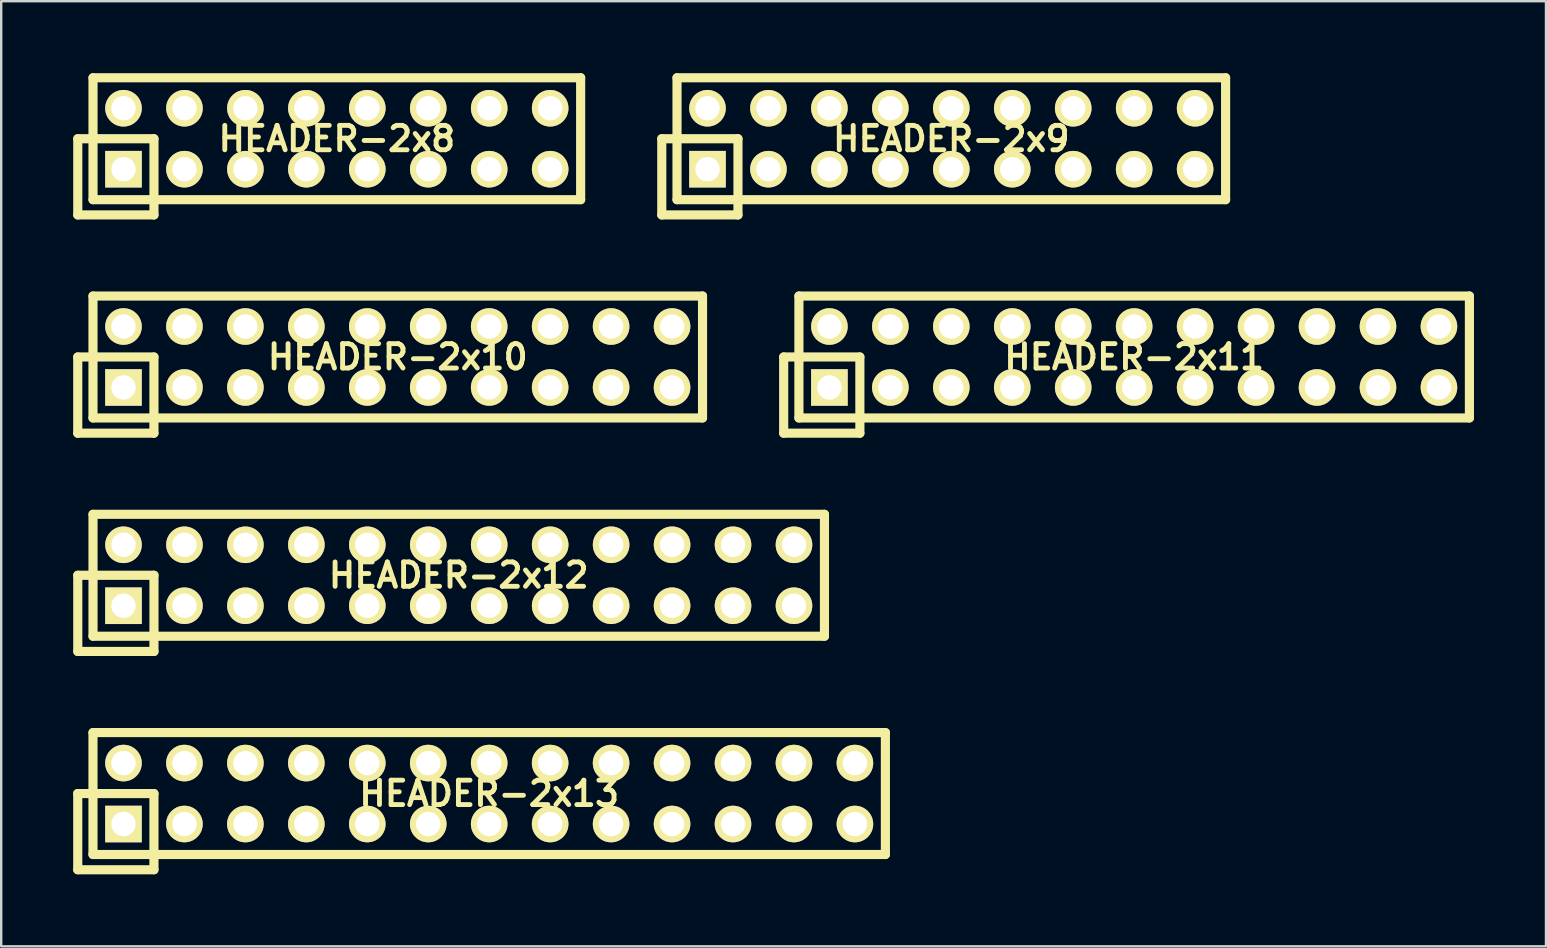
<source format=kicad_pcb>
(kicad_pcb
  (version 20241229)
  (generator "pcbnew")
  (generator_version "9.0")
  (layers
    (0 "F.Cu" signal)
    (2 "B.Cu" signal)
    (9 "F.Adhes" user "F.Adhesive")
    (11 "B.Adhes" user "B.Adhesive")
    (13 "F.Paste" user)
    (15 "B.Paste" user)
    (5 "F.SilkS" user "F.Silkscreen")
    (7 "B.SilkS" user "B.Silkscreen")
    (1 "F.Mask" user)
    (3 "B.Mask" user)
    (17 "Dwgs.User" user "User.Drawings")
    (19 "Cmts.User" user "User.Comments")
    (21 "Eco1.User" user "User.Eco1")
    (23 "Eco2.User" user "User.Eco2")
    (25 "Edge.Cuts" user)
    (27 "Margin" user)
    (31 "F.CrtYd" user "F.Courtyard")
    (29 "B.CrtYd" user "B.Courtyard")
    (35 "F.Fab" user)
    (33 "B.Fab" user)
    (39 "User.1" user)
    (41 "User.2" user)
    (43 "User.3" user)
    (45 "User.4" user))
  (footprint "HEADER-2x8"
    (layer "F.Cu")
    (at 10.986 2.731)
    (property "Reference" "HEADER-2x8" (at 0 0 0) (layer "F.SilkS") (effects (font (size 1.016 1.016) (thickness 0.203))))
    (attr through_hole)
    (fp_line (start -10.795 0) (end -10.795 3.175) (stroke (width 0.381) (type solid)) (layer "F.SilkS"))
    (fp_line (start -10.795 3.175) (end -7.62 3.175) (stroke (width 0.381) (type solid)) (layer "F.SilkS"))
    (fp_line (start -10.16 -2.54) (end 10.16 -2.54) (stroke (width 0.381) (type solid)) (layer "F.SilkS"))
    (fp_line (start -10.16 2.54) (end -10.16 -2.54) (stroke (width 0.381) (type solid)) (layer "F.SilkS"))
    (fp_line (start -7.62 0) (end -10.795 0) (stroke (width 0.381) (type solid)) (layer "F.SilkS"))
    (fp_line (start -7.62 3.175) (end -7.62 0) (stroke (width 0.381) (type solid)) (layer "F.SilkS"))
    (fp_line (start 10.16 -2.54) (end 10.16 2.54) (stroke (width 0.381) (type solid)) (layer "F.SilkS"))
    (fp_line (start 10.16 2.54) (end -10.16 2.54) (stroke (width 0.381) (type solid)) (layer "F.SilkS"))
    (pad "1" thru_hole rect (at -8.89 1.27) (size 1.524 1.524) (drill 1.016) (layers "*.Cu" "*.Mask" "F.SilkS"))
    (pad "2" thru_hole circle (at -8.89 -1.27) (size 1.524 1.524) (drill 1.016) (layers "*.Cu" "*.Mask" "F.SilkS"))
    (pad "3" thru_hole circle (at -6.35 1.27) (size 1.524 1.524) (drill 1.016) (layers "*.Cu" "*.Mask" "F.SilkS"))
    (pad "4" thru_hole circle (at -6.35 -1.27) (size 1.524 1.524) (drill 1.016) (layers "*.Cu" "*.Mask" "F.SilkS"))
    (pad "5" thru_hole circle (at -3.81 1.27) (size 1.524 1.524) (drill 1.016) (layers "*.Cu" "*.Mask" "F.SilkS"))
    (pad "6" thru_hole circle (at -3.81 -1.27) (size 1.524 1.524) (drill 1.016) (layers "*.Cu" "*.Mask" "F.SilkS"))
    (pad "7" thru_hole circle (at -1.27 1.27) (size 1.524 1.524) (drill 1.016) (layers "*.Cu" "*.Mask" "F.SilkS"))
    (pad "8" thru_hole circle (at -1.27 -1.27) (size 1.524 1.524) (drill 1.016) (layers "*.Cu" "*.Mask" "F.SilkS"))
    (pad "9" thru_hole circle (at 1.27 1.27) (size 1.524 1.524) (drill 1.016) (layers "*.Cu" "*.Mask" "F.SilkS"))
    (pad "10" thru_hole circle (at 1.27 -1.27) (size 1.524 1.524) (drill 1.016) (layers "*.Cu" "*.Mask" "F.SilkS"))
    (pad "11" thru_hole circle (at 3.81 1.27) (size 1.524 1.524) (drill 1.016) (layers "*.Cu" "*.Mask" "F.SilkS"))
    (pad "12" thru_hole circle (at 3.81 -1.27) (size 1.524 1.524) (drill 1.016) (layers "*.Cu" "*.Mask" "F.SilkS"))
    (pad "13" thru_hole circle (at 6.35 1.27) (size 1.524 1.524) (drill 1.016) (layers "*.Cu" "*.Mask" "F.SilkS"))
    (pad "14" thru_hole circle (at 6.35 -1.27) (size 1.524 1.524) (drill 1.016) (layers "*.Cu" "*.Mask" "F.SilkS"))
    (pad "15" thru_hole circle (at 8.89 1.27) (size 1.524 1.524) (drill 1.016) (layers "*.Cu" "*.Mask" "F.SilkS"))
    (pad "16" thru_hole circle (at 8.89 -1.27) (size 1.524 1.524) (drill 1.016) (layers "*.Cu" "*.Mask" "F.SilkS")))
  (footprint "HEADER-2x9"
    (layer "F.Cu")
    (at 36.592 2.731)
    (property "Reference" "HEADER-2x9" (at 0 0 0) (layer "F.SilkS") (effects (font (size 1.016 1.016) (thickness 0.203))))
    (attr through_hole)
    (fp_line (start -12.065 0) (end -12.065 3.175) (stroke (width 0.381) (type solid)) (layer "F.SilkS"))
    (fp_line (start -12.065 3.175) (end -8.89 3.175) (stroke (width 0.381) (type solid)) (layer "F.SilkS"))
    (fp_line (start -11.43 -2.54) (end 11.43 -2.54) (stroke (width 0.381) (type solid)) (layer "F.SilkS"))
    (fp_line (start -11.43 2.54) (end -11.43 -2.54) (stroke (width 0.381) (type solid)) (layer "F.SilkS"))
    (fp_line (start -8.89 0) (end -12.065 0) (stroke (width 0.381) (type solid)) (layer "F.SilkS"))
    (fp_line (start -8.89 3.175) (end -8.89 0) (stroke (width 0.381) (type solid)) (layer "F.SilkS"))
    (fp_line (start 11.43 -2.54) (end 11.43 2.54) (stroke (width 0.381) (type solid)) (layer "F.SilkS"))
    (fp_line (start 11.43 2.54) (end -11.43 2.54) (stroke (width 0.381) (type solid)) (layer "F.SilkS"))
    (pad "1" thru_hole rect (at -10.16 1.27) (size 1.524 1.524) (drill 1.016) (layers "*.Cu" "*.Mask" "F.SilkS"))
    (pad "2" thru_hole circle (at -10.16 -1.27) (size 1.524 1.524) (drill 1.016) (layers "*.Cu" "*.Mask" "F.SilkS"))
    (pad "3" thru_hole circle (at -7.62 1.27) (size 1.524 1.524) (drill 1.016) (layers "*.Cu" "*.Mask" "F.SilkS"))
    (pad "4" thru_hole circle (at -7.62 -1.27) (size 1.524 1.524) (drill 1.016) (layers "*.Cu" "*.Mask" "F.SilkS"))
    (pad "5" thru_hole circle (at -5.08 1.27) (size 1.524 1.524) (drill 1.016) (layers "*.Cu" "*.Mask" "F.SilkS"))
    (pad "6" thru_hole circle (at -5.08 -1.27) (size 1.524 1.524) (drill 1.016) (layers "*.Cu" "*.Mask" "F.SilkS"))
    (pad "7" thru_hole circle (at -2.54 1.27) (size 1.524 1.524) (drill 1.016) (layers "*.Cu" "*.Mask" "F.SilkS"))
    (pad "8" thru_hole circle (at -2.54 -1.27) (size 1.524 1.524) (drill 1.016) (layers "*.Cu" "*.Mask" "F.SilkS"))
    (pad "9" thru_hole circle (at 0 1.27) (size 1.524 1.524) (drill 1.016) (layers "*.Cu" "*.Mask" "F.SilkS"))
    (pad "10" thru_hole circle (at 0 -1.27) (size 1.524 1.524) (drill 1.016) (layers "*.Cu" "*.Mask" "F.SilkS"))
    (pad "11" thru_hole circle (at 2.54 1.27) (size 1.524 1.524) (drill 1.016) (layers "*.Cu" "*.Mask" "F.SilkS"))
    (pad "12" thru_hole circle (at 2.54 -1.27) (size 1.524 1.524) (drill 1.016) (layers "*.Cu" "*.Mask" "F.SilkS"))
    (pad "13" thru_hole circle (at 5.08 1.27) (size 1.524 1.524) (drill 1.016) (layers "*.Cu" "*.Mask" "F.SilkS"))
    (pad "14" thru_hole circle (at 5.08 -1.27) (size 1.524 1.524) (drill 1.016) (layers "*.Cu" "*.Mask" "F.SilkS"))
    (pad "15" thru_hole circle (at 7.62 1.27) (size 1.524 1.524) (drill 1.016) (layers "*.Cu" "*.Mask" "F.SilkS"))
    (pad "16" thru_hole circle (at 7.62 -1.27) (size 1.524 1.524) (drill 1.016) (layers "*.Cu" "*.Mask" "F.SilkS"))
    (pad "17" thru_hole circle (at 10.16 1.27) (size 1.524 1.524) (drill 1.016) (layers "*.Cu" "*.Mask" "F.SilkS"))
    (pad "18" thru_hole circle (at 10.16 -1.27) (size 1.524 1.524) (drill 1.016) (layers "*.Cu" "*.Mask" "F.SilkS")))
  (footprint "HEADER-2x12"
    (layer "F.Cu")
    (at 16.066 20.922)
    (property "Reference" "HEADER-2x12" (at 0 0 0) (layer "F.SilkS") (effects (font (size 1.016 1.016) (thickness 0.203))))
    (attr through_hole)
    (fp_line (start -15.875 0) (end -15.875 3.175) (stroke (width 0.381) (type solid)) (layer "F.SilkS"))
    (fp_line (start -15.875 3.175) (end -12.7 3.175) (stroke (width 0.381) (type solid)) (layer "F.SilkS"))
    (fp_line (start -15.24 -2.54) (end 15.24 -2.54) (stroke (width 0.381) (type solid)) (layer "F.SilkS"))
    (fp_line (start -15.24 2.54) (end -15.24 -2.54) (stroke (width 0.381) (type solid)) (layer "F.SilkS"))
    (fp_line (start -12.7 0) (end -15.875 0) (stroke (width 0.381) (type solid)) (layer "F.SilkS"))
    (fp_line (start -12.7 3.175) (end -12.7 0) (stroke (width 0.381) (type solid)) (layer "F.SilkS"))
    (fp_line (start 15.24 -2.54) (end 15.24 2.54) (stroke (width 0.381) (type solid)) (layer "F.SilkS"))
    (fp_line (start 15.24 2.54) (end -15.24 2.54) (stroke (width 0.381) (type solid)) (layer "F.SilkS"))
    (pad "1" thru_hole rect (at -13.97 1.27) (size 1.524 1.524) (drill 1.016) (layers "*.Cu" "*.Mask" "F.SilkS"))
    (pad "2" thru_hole circle (at -13.97 -1.27) (size 1.524 1.524) (drill 1.016) (layers "*.Cu" "*.Mask" "F.SilkS"))
    (pad "3" thru_hole circle (at -11.43 1.27) (size 1.524 1.524) (drill 1.016) (layers "*.Cu" "*.Mask" "F.SilkS"))
    (pad "4" thru_hole circle (at -11.43 -1.27) (size 1.524 1.524) (drill 1.016) (layers "*.Cu" "*.Mask" "F.SilkS"))
    (pad "5" thru_hole circle (at -8.89 1.27) (size 1.524 1.524) (drill 1.016) (layers "*.Cu" "*.Mask" "F.SilkS"))
    (pad "6" thru_hole circle (at -8.89 -1.27) (size 1.524 1.524) (drill 1.016) (layers "*.Cu" "*.Mask" "F.SilkS"))
    (pad "7" thru_hole circle (at -6.35 1.27) (size 1.524 1.524) (drill 1.016) (layers "*.Cu" "*.Mask" "F.SilkS"))
    (pad "8" thru_hole circle (at -6.35 -1.27) (size 1.524 1.524) (drill 1.016) (layers "*.Cu" "*.Mask" "F.SilkS"))
    (pad "9" thru_hole circle (at -3.81 1.27) (size 1.524 1.524) (drill 1.016) (layers "*.Cu" "*.Mask" "F.SilkS"))
    (pad "10" thru_hole circle (at -3.81 -1.27) (size 1.524 1.524) (drill 1.016) (layers "*.Cu" "*.Mask" "F.SilkS"))
    (pad "11" thru_hole circle (at -1.27 1.27) (size 1.524 1.524) (drill 1.016) (layers "*.Cu" "*.Mask" "F.SilkS"))
    (pad "12" thru_hole circle (at -1.27 -1.27) (size 1.524 1.524) (drill 1.016) (layers "*.Cu" "*.Mask" "F.SilkS"))
    (pad "13" thru_hole circle (at 1.27 1.27) (size 1.524 1.524) (drill 1.016) (layers "*.Cu" "*.Mask" "F.SilkS"))
    (pad "14" thru_hole circle (at 1.27 -1.27) (size 1.524 1.524) (drill 1.016) (layers "*.Cu" "*.Mask" "F.SilkS"))
    (pad "15" thru_hole circle (at 3.81 1.27) (size 1.524 1.524) (drill 1.016) (layers "*.Cu" "*.Mask" "F.SilkS"))
    (pad "16" thru_hole circle (at 3.81 -1.27) (size 1.524 1.524) (drill 1.016) (layers "*.Cu" "*.Mask" "F.SilkS"))
    (pad "17" thru_hole circle (at 6.35 1.27) (size 1.524 1.524) (drill 1.016) (layers "*.Cu" "*.Mask" "F.SilkS"))
    (pad "18" thru_hole circle (at 6.35 -1.27) (size 1.524 1.524) (drill 1.016) (layers "*.Cu" "*.Mask" "F.SilkS"))
    (pad "19" thru_hole circle (at 8.89 1.27) (size 1.524 1.524) (drill 1.016) (layers "*.Cu" "*.Mask" "F.SilkS"))
    (pad "20" thru_hole circle (at 8.89 -1.27) (size 1.524 1.524) (drill 1.016) (layers "*.Cu" "*.Mask" "F.SilkS"))
    (pad "21" thru_hole circle (at 11.43 1.27) (size 1.524 1.524) (drill 1.016) (layers "*.Cu" "*.Mask" "F.SilkS"))
    (pad "22" thru_hole circle (at 11.43 -1.27) (size 1.524 1.524) (drill 1.016) (layers "*.Cu" "*.Mask" "F.SilkS"))
    (pad "23" thru_hole circle (at 13.97 1.27) (size 1.524 1.524) (drill 1.016) (layers "*.Cu" "*.Mask" "F.SilkS"))
    (pad "24" thru_hole circle (at 13.97 -1.27) (size 1.524 1.524) (drill 1.016) (layers "*.Cu" "*.Mask" "F.SilkS")))
  (footprint "HEADER-2x11"
    (layer "F.Cu")
    (at 44.212 11.826)
    (property "Reference" "HEADER-2x11" (at 0 0 0) (layer "F.SilkS") (effects (font (size 1.016 1.016) (thickness 0.203))))
    (attr through_hole)
    (fp_line (start -14.605 0) (end -14.605 3.175) (stroke (width 0.381) (type solid)) (layer "F.SilkS"))
    (fp_line (start -14.605 3.175) (end -11.43 3.175) (stroke (width 0.381) (type solid)) (layer "F.SilkS"))
    (fp_line (start -13.97 -2.54) (end 13.97 -2.54) (stroke (width 0.381) (type solid)) (layer "F.SilkS"))
    (fp_line (start -13.97 2.54) (end -13.97 -2.54) (stroke (width 0.381) (type solid)) (layer "F.SilkS"))
    (fp_line (start -11.43 0) (end -14.605 0) (stroke (width 0.381) (type solid)) (layer "F.SilkS"))
    (fp_line (start -11.43 3.175) (end -11.43 0) (stroke (width 0.381) (type solid)) (layer "F.SilkS"))
    (fp_line (start 13.97 -2.54) (end 13.97 2.54) (stroke (width 0.381) (type solid)) (layer "F.SilkS"))
    (fp_line (start 13.97 2.54) (end -13.97 2.54) (stroke (width 0.381) (type solid)) (layer "F.SilkS"))
    (pad "1" thru_hole rect (at -12.7 1.27) (size 1.524 1.524) (drill 1.016) (layers "*.Cu" "*.Mask" "F.SilkS"))
    (pad "2" thru_hole circle (at -12.7 -1.27) (size 1.524 1.524) (drill 1.016) (layers "*.Cu" "*.Mask" "F.SilkS"))
    (pad "3" thru_hole circle (at -10.16 1.27) (size 1.524 1.524) (drill 1.016) (layers "*.Cu" "*.Mask" "F.SilkS"))
    (pad "4" thru_hole circle (at -10.16 -1.27) (size 1.524 1.524) (drill 1.016) (layers "*.Cu" "*.Mask" "F.SilkS"))
    (pad "5" thru_hole circle (at -7.62 1.27) (size 1.524 1.524) (drill 1.016) (layers "*.Cu" "*.Mask" "F.SilkS"))
    (pad "6" thru_hole circle (at -7.62 -1.27) (size 1.524 1.524) (drill 1.016) (layers "*.Cu" "*.Mask" "F.SilkS"))
    (pad "7" thru_hole circle (at -5.08 1.27) (size 1.524 1.524) (drill 1.016) (layers "*.Cu" "*.Mask" "F.SilkS"))
    (pad "8" thru_hole circle (at -5.08 -1.27) (size 1.524 1.524) (drill 1.016) (layers "*.Cu" "*.Mask" "F.SilkS"))
    (pad "9" thru_hole circle (at -2.54 1.27) (size 1.524 1.524) (drill 1.016) (layers "*.Cu" "*.Mask" "F.SilkS"))
    (pad "10" thru_hole circle (at -2.54 -1.27) (size 1.524 1.524) (drill 1.016) (layers "*.Cu" "*.Mask" "F.SilkS"))
    (pad "11" thru_hole circle (at 0 1.27) (size 1.524 1.524) (drill 1.016) (layers "*.Cu" "*.Mask" "F.SilkS"))
    (pad "12" thru_hole circle (at 0 -1.27) (size 1.524 1.524) (drill 1.016) (layers "*.Cu" "*.Mask" "F.SilkS"))
    (pad "13" thru_hole circle (at 2.54 1.27) (size 1.524 1.524) (drill 1.016) (layers "*.Cu" "*.Mask" "F.SilkS"))
    (pad "14" thru_hole circle (at 2.54 -1.27) (size 1.524 1.524) (drill 1.016) (layers "*.Cu" "*.Mask" "F.SilkS"))
    (pad "15" thru_hole circle (at 5.08 1.27) (size 1.524 1.524) (drill 1.016) (layers "*.Cu" "*.Mask" "F.SilkS"))
    (pad "16" thru_hole circle (at 5.08 -1.27) (size 1.524 1.524) (drill 1.016) (layers "*.Cu" "*.Mask" "F.SilkS"))
    (pad "17" thru_hole circle (at 7.62 1.27) (size 1.524 1.524) (drill 1.016) (layers "*.Cu" "*.Mask" "F.SilkS"))
    (pad "18" thru_hole circle (at 7.62 -1.27) (size 1.524 1.524) (drill 1.016) (layers "*.Cu" "*.Mask" "F.SilkS"))
    (pad "19" thru_hole circle (at 10.16 1.27) (size 1.524 1.524) (drill 1.016) (layers "*.Cu" "*.Mask" "F.SilkS"))
    (pad "20" thru_hole circle (at 10.16 -1.27) (size 1.524 1.524) (drill 1.016) (layers "*.Cu" "*.Mask" "F.SilkS"))
    (pad "21" thru_hole circle (at 12.7 1.27) (size 1.524 1.524) (drill 1.016) (layers "*.Cu" "*.Mask" "F.SilkS"))
    (pad "22" thru_hole circle (at 12.7 -1.27) (size 1.524 1.524) (drill 1.016) (layers "*.Cu" "*.Mask" "F.SilkS")))
  (footprint "HEADER-2x13"
    (layer "F.Cu")
    (at 17.335 30.018)
    (property "Reference" "HEADER-2x13" (at 0 0 0) (layer "F.SilkS") (effects (font (size 1.016 1.016) (thickness 0.203))))
    (attr through_hole)
    (fp_line (start -17.145 0) (end -17.145 3.175) (stroke (width 0.381) (type solid)) (layer "F.SilkS"))
    (fp_line (start -17.145 3.175) (end -13.97 3.175) (stroke (width 0.381) (type solid)) (layer "F.SilkS"))
    (fp_line (start -16.51 -2.54) (end 16.51 -2.54) (stroke (width 0.381) (type solid)) (layer "F.SilkS"))
    (fp_line (start -16.51 2.54) (end -16.51 -2.54) (stroke (width 0.381) (type solid)) (layer "F.SilkS"))
    (fp_line (start -13.97 0) (end -17.145 0) (stroke (width 0.381) (type solid)) (layer "F.SilkS"))
    (fp_line (start -13.97 3.175) (end -13.97 0) (stroke (width 0.381) (type solid)) (layer "F.SilkS"))
    (fp_line (start 16.51 -2.54) (end 16.51 2.54) (stroke (width 0.381) (type solid)) (layer "F.SilkS"))
    (fp_line (start 16.51 2.54) (end -16.51 2.54) (stroke (width 0.381) (type solid)) (layer "F.SilkS"))
    (pad "1" thru_hole rect (at -15.24 1.27) (size 1.524 1.524) (drill 1.016) (layers "*.Cu" "*.Mask" "F.SilkS"))
    (pad "2" thru_hole circle (at -15.24 -1.27) (size 1.524 1.524) (drill 1.016) (layers "*.Cu" "*.Mask" "F.SilkS"))
    (pad "3" thru_hole circle (at -12.7 1.27) (size 1.524 1.524) (drill 1.016) (layers "*.Cu" "*.Mask" "F.SilkS"))
    (pad "4" thru_hole circle (at -12.7 -1.27) (size 1.524 1.524) (drill 1.016) (layers "*.Cu" "*.Mask" "F.SilkS"))
    (pad "5" thru_hole circle (at -10.16 1.27) (size 1.524 1.524) (drill 1.016) (layers "*.Cu" "*.Mask" "F.SilkS"))
    (pad "6" thru_hole circle (at -10.16 -1.27) (size 1.524 1.524) (drill 1.016) (layers "*.Cu" "*.Mask" "F.SilkS"))
    (pad "7" thru_hole circle (at -7.62 1.27) (size 1.524 1.524) (drill 1.016) (layers "*.Cu" "*.Mask" "F.SilkS"))
    (pad "8" thru_hole circle (at -7.62 -1.27) (size 1.524 1.524) (drill 1.016) (layers "*.Cu" "*.Mask" "F.SilkS"))
    (pad "9" thru_hole circle (at -5.08 1.27) (size 1.524 1.524) (drill 1.016) (layers "*.Cu" "*.Mask" "F.SilkS"))
    (pad "10" thru_hole circle (at -5.08 -1.27) (size 1.524 1.524) (drill 1.016) (layers "*.Cu" "*.Mask" "F.SilkS"))
    (pad "11" thru_hole circle (at -2.54 1.27) (size 1.524 1.524) (drill 1.016) (layers "*.Cu" "*.Mask" "F.SilkS"))
    (pad "12" thru_hole circle (at -2.54 -1.27) (size 1.524 1.524) (drill 1.016) (layers "*.Cu" "*.Mask" "F.SilkS"))
    (pad "13" thru_hole circle (at 0 1.27) (size 1.524 1.524) (drill 1.016) (layers "*.Cu" "*.Mask" "F.SilkS"))
    (pad "14" thru_hole circle (at 0 -1.27) (size 1.524 1.524) (drill 1.016) (layers "*.Cu" "*.Mask" "F.SilkS"))
    (pad "15" thru_hole circle (at 2.54 1.27) (size 1.524 1.524) (drill 1.016) (layers "*.Cu" "*.Mask" "F.SilkS"))
    (pad "16" thru_hole circle (at 2.54 -1.27) (size 1.524 1.524) (drill 1.016) (layers "*.Cu" "*.Mask" "F.SilkS"))
    (pad "17" thru_hole circle (at 5.08 1.27) (size 1.524 1.524) (drill 1.016) (layers "*.Cu" "*.Mask" "F.SilkS"))
    (pad "18" thru_hole circle (at 5.08 -1.27) (size 1.524 1.524) (drill 1.016) (layers "*.Cu" "*.Mask" "F.SilkS"))
    (pad "19" thru_hole circle (at 7.62 1.27) (size 1.524 1.524) (drill 1.016) (layers "*.Cu" "*.Mask" "F.SilkS"))
    (pad "20" thru_hole circle (at 7.62 -1.27) (size 1.524 1.524) (drill 1.016) (layers "*.Cu" "*.Mask" "F.SilkS"))
    (pad "21" thru_hole circle (at 10.16 1.27) (size 1.524 1.524) (drill 1.016) (layers "*.Cu" "*.Mask" "F.SilkS"))
    (pad "22" thru_hole circle (at 10.16 -1.27) (size 1.524 1.524) (drill 1.016) (layers "*.Cu" "*.Mask" "F.SilkS"))
    (pad "23" thru_hole circle (at 12.7 1.27) (size 1.524 1.524) (drill 1.016) (layers "*.Cu" "*.Mask" "F.SilkS"))
    (pad "24" thru_hole circle (at 12.7 -1.27) (size 1.524 1.524) (drill 1.016) (layers "*.Cu" "*.Mask" "F.SilkS"))
    (pad "25" thru_hole circle (at 15.24 1.27) (size 1.524 1.524) (drill 1.016) (layers "*.Cu" "*.Mask" "F.SilkS"))
    (pad "26" thru_hole circle (at 15.24 -1.27) (size 1.524 1.524) (drill 1.016) (layers "*.Cu" "*.Mask" "F.SilkS")))
  (footprint "HEADER-2x10"
    (layer "F.Cu")
    (at 13.525 11.826)
    (property "Reference" "HEADER-2x10" (at 0 0 0) (layer "F.SilkS") (effects (font (size 1.016 1.016) (thickness 0.203))))
    (attr through_hole)
    (fp_line (start -13.335 0) (end -13.335 3.175) (stroke (width 0.381) (type solid)) (layer "F.SilkS"))
    (fp_line (start -13.335 3.175) (end -10.16 3.175) (stroke (width 0.381) (type solid)) (layer "F.SilkS"))
    (fp_line (start -12.7 -2.54) (end 12.7 -2.54) (stroke (width 0.381) (type solid)) (layer "F.SilkS"))
    (fp_line (start -12.7 2.54) (end -12.7 -2.54) (stroke (width 0.381) (type solid)) (layer "F.SilkS"))
    (fp_line (start -10.16 0) (end -13.335 0) (stroke (width 0.381) (type solid)) (layer "F.SilkS"))
    (fp_line (start -10.16 3.175) (end -10.16 0) (stroke (width 0.381) (type solid)) (layer "F.SilkS"))
    (fp_line (start 12.7 -2.54) (end 12.7 2.54) (stroke (width 0.381) (type solid)) (layer "F.SilkS"))
    (fp_line (start 12.7 2.54) (end -12.7 2.54) (stroke (width 0.381) (type solid)) (layer "F.SilkS"))
    (pad "1" thru_hole rect (at -11.43 1.27) (size 1.524 1.524) (drill 1.016) (layers "*.Cu" "*.Mask" "F.SilkS"))
    (pad "2" thru_hole circle (at -11.43 -1.27) (size 1.524 1.524) (drill 1.016) (layers "*.Cu" "*.Mask" "F.SilkS"))
    (pad "3" thru_hole circle (at -8.89 1.27) (size 1.524 1.524) (drill 1.016) (layers "*.Cu" "*.Mask" "F.SilkS"))
    (pad "4" thru_hole circle (at -8.89 -1.27) (size 1.524 1.524) (drill 1.016) (layers "*.Cu" "*.Mask" "F.SilkS"))
    (pad "5" thru_hole circle (at -6.35 1.27) (size 1.524 1.524) (drill 1.016) (layers "*.Cu" "*.Mask" "F.SilkS"))
    (pad "6" thru_hole circle (at -6.35 -1.27) (size 1.524 1.524) (drill 1.016) (layers "*.Cu" "*.Mask" "F.SilkS"))
    (pad "7" thru_hole circle (at -3.81 1.27) (size 1.524 1.524) (drill 1.016) (layers "*.Cu" "*.Mask" "F.SilkS"))
    (pad "8" thru_hole circle (at -3.81 -1.27) (size 1.524 1.524) (drill 1.016) (layers "*.Cu" "*.Mask" "F.SilkS"))
    (pad "9" thru_hole circle (at -1.27 1.27) (size 1.524 1.524) (drill 1.016) (layers "*.Cu" "*.Mask" "F.SilkS"))
    (pad "10" thru_hole circle (at -1.27 -1.27) (size 1.524 1.524) (drill 1.016) (layers "*.Cu" "*.Mask" "F.SilkS"))
    (pad "11" thru_hole circle (at 1.27 1.27) (size 1.524 1.524) (drill 1.016) (layers "*.Cu" "*.Mask" "F.SilkS"))
    (pad "12" thru_hole circle (at 1.27 -1.27) (size 1.524 1.524) (drill 1.016) (layers "*.Cu" "*.Mask" "F.SilkS"))
    (pad "13" thru_hole circle (at 3.81 1.27) (size 1.524 1.524) (drill 1.016) (layers "*.Cu" "*.Mask" "F.SilkS"))
    (pad "14" thru_hole circle (at 3.81 -1.27) (size 1.524 1.524) (drill 1.016) (layers "*.Cu" "*.Mask" "F.SilkS"))
    (pad "15" thru_hole circle (at 6.35 1.27) (size 1.524 1.524) (drill 1.016) (layers "*.Cu" "*.Mask" "F.SilkS"))
    (pad "16" thru_hole circle (at 6.35 -1.27) (size 1.524 1.524) (drill 1.016) (layers "*.Cu" "*.Mask" "F.SilkS"))
    (pad "17" thru_hole circle (at 8.89 1.27) (size 1.524 1.524) (drill 1.016) (layers "*.Cu" "*.Mask" "F.SilkS"))
    (pad "18" thru_hole circle (at 8.89 -1.27) (size 1.524 1.524) (drill 1.016) (layers "*.Cu" "*.Mask" "F.SilkS"))
    (pad "19" thru_hole circle (at 11.43 1.27) (size 1.524 1.524) (drill 1.016) (layers "*.Cu" "*.Mask" "F.SilkS"))
    (pad "20" thru_hole circle (at 11.43 -1.27) (size 1.524 1.524) (drill 1.016) (layers "*.Cu" "*.Mask" "F.SilkS")))
  (gr_rect
    (start -3 -3)
    (end 61.372 36.384)
    (stroke (width 0.1) (type default))
    (fill no)
    (layer "Edge.Cuts")))
</source>
